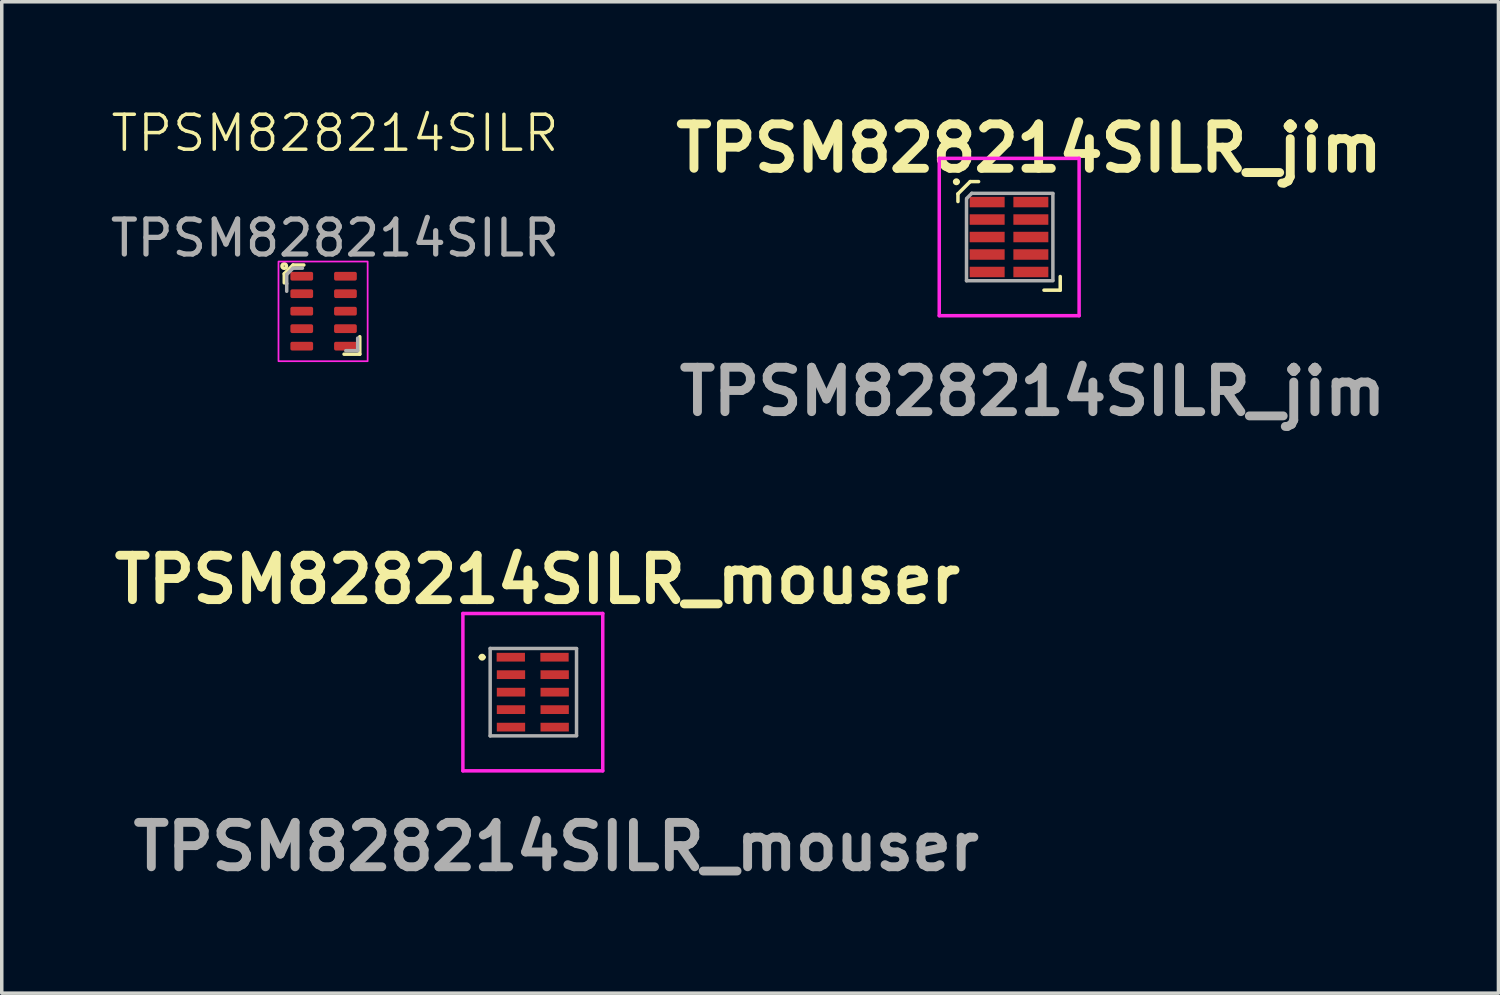
<source format=kicad_pcb>
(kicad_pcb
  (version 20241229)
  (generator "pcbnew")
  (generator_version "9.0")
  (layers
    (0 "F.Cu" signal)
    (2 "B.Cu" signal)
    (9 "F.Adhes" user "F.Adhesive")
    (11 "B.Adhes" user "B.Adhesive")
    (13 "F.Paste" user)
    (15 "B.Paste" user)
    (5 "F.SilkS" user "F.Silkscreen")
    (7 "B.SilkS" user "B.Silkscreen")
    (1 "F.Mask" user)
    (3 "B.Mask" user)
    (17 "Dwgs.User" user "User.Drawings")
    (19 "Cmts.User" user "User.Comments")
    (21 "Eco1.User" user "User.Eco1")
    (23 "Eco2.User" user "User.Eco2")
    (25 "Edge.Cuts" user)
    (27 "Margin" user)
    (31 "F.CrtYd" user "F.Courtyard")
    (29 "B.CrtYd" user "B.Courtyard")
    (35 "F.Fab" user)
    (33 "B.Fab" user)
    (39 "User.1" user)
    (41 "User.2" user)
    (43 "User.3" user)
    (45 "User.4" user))
  (footprint "TPSM828214SILR_jim"
    (layer "F.Cu")
    (at 25.813 3.729)
    (property "Reference" "TPSM828214SILR_jim" (at 0.57 -2.54 0) (layer "F.SilkS") (effects (font (size 1.27 1.27) (thickness 0.254))))
    (attr smd)
    (fp_line (start -1.465 -1.235) (end -1.465 -1.015) (stroke (width 0.1) (type default)) (layer "F.SilkS"))
    (fp_line (start -1.465 -1.235) (end -1.115 -1.585) (stroke (width 0.1) (type default)) (layer "F.SilkS"))
    (fp_line (start -1.115 -1.585) (end -0.875 -1.585) (stroke (width 0.1) (type default)) (layer "F.SilkS"))
    (fp_line (start 1.46 1.13) (end 1.46 1.52) (stroke (width 0.1) (type default)) (layer "F.SilkS"))
    (fp_line (start 1.46 1.52) (end 0.995 1.52) (stroke (width 0.1) (type default)) (layer "F.SilkS"))
    (fp_arc (start -1.56 -1.58) (mid -1.51 -1.63) (end -1.46 -1.58) (stroke (width 0.1) (type solid)) (layer "F.SilkS"))
    (fp_arc (start -1.46 -1.58) (mid -1.51 -1.53) (end -1.56 -1.58) (stroke (width 0.1) (type solid)) (layer "F.SilkS"))
    (fp_line (start -2 -2.25) (end 2 -2.25) (stroke (width 0.1) (type solid)) (layer "F.CrtYd"))
    (fp_line (start -2 2.25) (end -2 -2.25) (stroke (width 0.1) (type solid)) (layer "F.CrtYd"))
    (fp_line (start 2 -2.25) (end 2 2.25) (stroke (width 0.1) (type solid)) (layer "F.CrtYd"))
    (fp_line (start 2 2.25) (end -2 2.25) (stroke (width 0.1) (type solid)) (layer "F.CrtYd"))
    (fp_line (start -1.22 1.25) (end -1.22 -1.09) (stroke (width 0.1) (type solid)) (layer "F.Fab"))
    (fp_line (start -1.07 -1.25) (end -1.21 -1.11) (stroke (width 0.1) (type default)) (layer "F.Fab"))
    (fp_line (start -1.07 -1.25) (end 1.25 -1.25) (stroke (width 0.1) (type solid)) (layer "F.Fab"))
    (fp_line (start 1.25 -1.24) (end 1.25 1.24) (stroke (width 0.1) (type solid)) (layer "F.Fab"))
    (fp_line (start 1.25 1.25) (end -1.22 1.25) (stroke (width 0.1) (type solid)) (layer "F.Fab"))
    (fp_text user "${REFERENCE}" (at 0.67 4.42 0) (layer "F.Fab") (effects (font (size 1.27 1.27) (thickness 0.254))))
    (pad "1" smd rect (at -0.63 -1 90) (size 0.3 1) (layers "F.Cu" "F.Mask" "F.Paste"))
    (pad "2" smd rect (at -0.63 -0.5 90) (size 0.3 1) (layers "F.Cu" "F.Mask" "F.Paste"))
    (pad "3" smd rect (at -0.63 0 90) (size 0.3 1) (layers "F.Cu" "F.Mask" "F.Paste"))
    (pad "4" smd rect (at -0.63 0.5 90) (size 0.3 1) (layers "F.Cu" "F.Mask" "F.Paste"))
    (pad "5" smd rect (at -0.63 1 90) (size 0.3 1) (layers "F.Cu" "F.Mask" "F.Paste"))
    (pad "6" smd rect (at 0.62 1 90) (size 0.3 1) (layers "F.Cu" "F.Mask" "F.Paste"))
    (pad "7" smd rect (at 0.62 0.5 90) (size 0.3 1) (layers "F.Cu" "F.Mask" "F.Paste"))
    (pad "8" smd rect (at 0.62 0 90) (size 0.3 1) (layers "F.Cu" "F.Mask" "F.Paste"))
    (pad "9" smd rect (at 0.62 -0.5 90) (size 0.3 1) (layers "F.Cu" "F.Mask" "F.Paste"))
    (pad "10" smd rect (at 0.62 -1 90) (size 0.3 1) (layers "F.Cu" "F.Mask" "F.Paste")))
  (footprint "TPSM828214SILR_mouser"
    (layer "F.Cu")
    (at 12.189 16.746)
    (property "Reference" "TPSM828214SILR_mouser" (at 0.13 -3.22 0) (layer "F.SilkS") (effects (font (size 1.27 1.27) (thickness 0.254))))
    (attr smd)
    (fp_line (start -1.5 -1) (end -1.5 -1) (stroke (width 0.1) (type solid)) (layer "F.SilkS"))
    (fp_line (start -1.4 -1) (end -1.4 -1) (stroke (width 0.1) (type solid)) (layer "F.SilkS"))
    (fp_arc (start -1.5 -1) (mid -1.45 -1.05) (end -1.4 -1) (stroke (width 0.1) (type solid)) (layer "F.SilkS"))
    (fp_arc (start -1.4 -1) (mid -1.45 -0.95) (end -1.5 -1) (stroke (width 0.1) (type solid)) (layer "F.SilkS"))
    (fp_line (start -2 -2.25) (end 2 -2.25) (stroke (width 0.1) (type solid)) (layer "F.CrtYd"))
    (fp_line (start -2 2.25) (end -2 -2.25) (stroke (width 0.1) (type solid)) (layer "F.CrtYd"))
    (fp_line (start 2 -2.25) (end 2 2.25) (stroke (width 0.1) (type solid)) (layer "F.CrtYd"))
    (fp_line (start 2 2.25) (end -2 2.25) (stroke (width 0.1) (type solid)) (layer "F.CrtYd"))
    (fp_line (start -1.22 -1.25) (end 1.25 -1.25) (stroke (width 0.1) (type solid)) (layer "F.Fab"))
    (fp_line (start -1.22 1.25) (end -1.22 -1.25) (stroke (width 0.1) (type solid)) (layer "F.Fab"))
    (fp_line (start 1.25 -1.24) (end 1.25 1.24) (stroke (width 0.1) (type solid)) (layer "F.Fab"))
    (fp_line (start 1.25 1.25) (end -1.22 1.25) (stroke (width 0.1) (type solid)) (layer "F.Fab"))
    (fp_text user "${REFERENCE}" (at 0.67 4.42 0) (layer "F.Fab") (effects (font (size 1.27 1.27) (thickness 0.254))))
    (pad "1" smd rect (at -0.63 -1 90) (size 0.25 0.81) (layers "F.Cu" "F.Mask" "F.Paste"))
    (pad "2" smd rect (at -0.625 -0.5 90) (size 0.25 0.81) (layers "F.Cu" "F.Mask" "F.Paste"))
    (pad "3" smd rect (at -0.625 0 90) (size 0.25 0.81) (layers "F.Cu" "F.Mask" "F.Paste"))
    (pad "4" smd rect (at -0.625 0.5 90) (size 0.25 0.81) (layers "F.Cu" "F.Mask" "F.Paste"))
    (pad "5" smd rect (at -0.625 1 90) (size 0.25 0.81) (layers "F.Cu" "F.Mask" "F.Paste"))
    (pad "6" smd rect (at 0.625 1 90) (size 0.25 0.81) (layers "F.Cu" "F.Mask" "F.Paste"))
    (pad "7" smd rect (at 0.625 0.5 90) (size 0.25 0.81) (layers "F.Cu" "F.Mask" "F.Paste"))
    (pad "8" smd rect (at 0.625 0 90) (size 0.25 0.81) (layers "F.Cu" "F.Mask" "F.Paste"))
    (pad "9" smd rect (at 0.625 -0.5 90) (size 0.25 0.81) (layers "F.Cu" "F.Mask" "F.Paste"))
    (pad "10" smd rect (at 0.62 -1 90) (size 0.25 0.81) (layers "F.Cu" "F.Mask" "F.Paste")))
  (footprint "TPSM828214SILR"
    (layer "F.Cu")
    (at 6.18 5.88)
    (property "Reference" "TPSM828214SILR" (at 0.35 -5.12 0) (unlocked yes) (layer "F.SilkS") (effects (font (size 1 1) (thickness 0.1))))
    (attr smd)
    (fp_line (start -1.1 -1.1) (end -1.1 -0.84) (stroke (width 0.1) (type default)) (layer "F.SilkS"))
    (fp_line (start -0.849 -1.351) (end -1.1 -1.1) (stroke (width 0.1) (type default)) (layer "F.SilkS"))
    (fp_line (start -0.849 -1.351) (end -0.54 -1.351) (stroke (width 0.1) (type default)) (layer "F.SilkS"))
    (fp_line (start 1.06 0.7) (end 1.06 1.2) (stroke (width 0.1) (type default)) (layer "F.SilkS"))
    (fp_line (start 1.06 1.2) (end 0.61 1.2) (stroke (width 0.1) (type default)) (layer "F.SilkS"))
    (fp_circle (center -1.101 -1.32) (end -1.111 -1.31) (stroke (width 0.1) (type default)) (fill no) (layer "F.SilkS"))
    (fp_rect (start -1.265 -1.45) (end 1.285 1.4) (stroke (width 0.05) (type default)) (fill no) (layer "F.CrtYd"))
    (fp_line (start -1.03 -1.08) (end -1.03 -0.82) (stroke (width 0.1) (type default)) (layer "F.Fab"))
    (fp_line (start -1.03 -1.08) (end -0.85 -1.26) (stroke (width 0.1) (type default)) (layer "F.Fab"))
    (fp_line (start -1.03 -0.82) (end -1.03 -0.6) (stroke (width 0.1) (type default)) (layer "F.Fab"))
    (fp_line (start -0.85 -1.26) (end -0.58 -1.26) (stroke (width 0.1) (type default)) (layer "F.Fab"))
    (fp_line (start 1 0.74) (end 1 1.1) (stroke (width 0.1) (type default)) (layer "F.Fab"))
    (fp_line (start 1 1.1) (end 0.66 1.1) (stroke (width 0.1) (type default)) (layer "F.Fab"))
    (fp_text user "${REFERENCE}" (at 0.35 -2.12 0) (unlocked yes) (layer "F.Fab") (effects (font (size 1 1) (thickness 0.15))))
    (pad "1" smd roundrect (at -0.6 -1.03) (size 0.65 0.25) (layers "F.Cu" "F.Mask" "F.Paste") (roundrect_rratio 0.2))
    (pad "2" smd roundrect (at -0.6 -0.53) (size 0.65 0.25) (layers "F.Cu" "F.Mask" "F.Paste") (roundrect_rratio 0.2))
    (pad "3" smd roundrect (at -0.6 -0.03) (size 0.65 0.25) (layers "F.Cu" "F.Mask" "F.Paste") (roundrect_rratio 0.2))
    (pad "4" smd roundrect (at -0.6 0.47) (size 0.65 0.25) (layers "F.Cu" "F.Mask" "F.Paste") (roundrect_rratio 0.2))
    (pad "5" smd roundrect (at -0.6 0.97) (size 0.65 0.25) (layers "F.Cu" "F.Mask" "F.Paste") (roundrect_rratio 0.2))
    (pad "6" smd roundrect (at 0.65 0.97) (size 0.65 0.25) (layers "F.Cu" "F.Mask" "F.Paste") (roundrect_rratio 0.2))
    (pad "7" smd roundrect (at 0.65 0.47) (size 0.65 0.25) (layers "F.Cu" "F.Mask" "F.Paste") (roundrect_rratio 0.2))
    (pad "8" smd roundrect (at 0.65 -0.03) (size 0.65 0.25) (layers "F.Cu" "F.Mask" "F.Paste") (roundrect_rratio 0.2))
    (pad "9" smd roundrect (at 0.65 -0.53) (size 0.65 0.25) (layers "F.Cu" "F.Mask" "F.Paste") (roundrect_rratio 0.2))
    (pad "10" smd roundrect (at 0.65 -1.03) (size 0.65 0.25) (layers "F.Cu" "F.Mask" "F.Paste") (roundrect_rratio 0.2)))
  (gr_rect
    (start -3 -3)
    (end 39.806 25.355)
    (stroke (width 0.1) (type default))
    (fill no)
    (layer "Edge.Cuts")))
</source>
